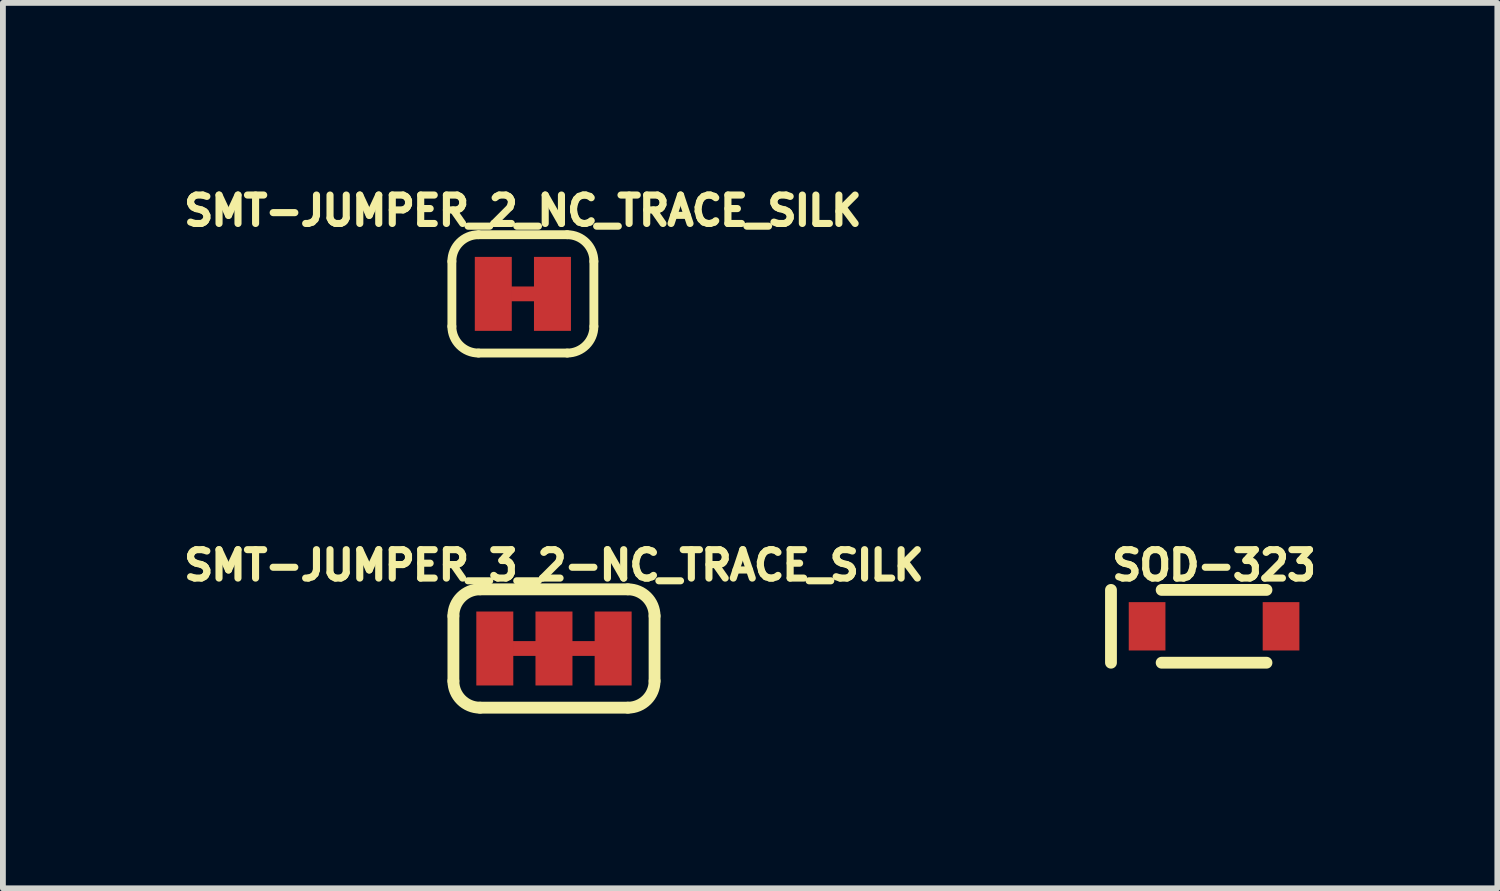
<source format=kicad_pcb>
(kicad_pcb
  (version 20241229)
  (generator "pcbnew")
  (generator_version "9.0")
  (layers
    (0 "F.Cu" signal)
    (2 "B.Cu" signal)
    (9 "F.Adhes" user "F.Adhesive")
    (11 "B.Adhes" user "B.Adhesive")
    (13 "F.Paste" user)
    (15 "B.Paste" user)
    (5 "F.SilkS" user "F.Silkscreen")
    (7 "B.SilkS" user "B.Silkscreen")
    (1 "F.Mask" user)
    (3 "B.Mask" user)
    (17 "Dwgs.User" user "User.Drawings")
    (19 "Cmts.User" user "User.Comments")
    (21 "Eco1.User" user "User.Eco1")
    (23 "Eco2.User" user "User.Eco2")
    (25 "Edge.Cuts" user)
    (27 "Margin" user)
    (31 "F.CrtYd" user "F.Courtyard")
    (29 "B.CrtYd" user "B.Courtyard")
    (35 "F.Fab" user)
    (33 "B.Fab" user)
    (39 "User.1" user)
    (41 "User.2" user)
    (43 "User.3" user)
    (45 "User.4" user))
  (footprint "SOD-323"
    (layer "F.Cu")
    (at 17.796 7.704)
    (property "Reference" "SOD-323" (at 0 -0.762 0) (layer "F.SilkS") (effects (font (size 0.488 0.488) (thickness 0.122)) (justify bottom)))
    (fp_line (start -1.77 -0.625) (end -1.77 0.625) (stroke (width 0.203) (type solid)) (layer "F.SilkS"))
    (fp_line (start -0.9 -0.625) (end 0.9 -0.625) (stroke (width 0.203) (type solid)) (layer "F.SilkS"))
    (fp_line (start -0.9 0.625) (end 0.9 0.625) (stroke (width 0.203) (type solid)) (layer "F.SilkS"))
    (pad "A" smd rect (at 1.15 0) (size 0.63 0.83) (layers "F.Cu" "F.Mask" "F.Paste"))
    (pad "C" smd rect (at -1.15 0) (size 0.63 0.83) (layers "F.Cu" "F.Mask" "F.Paste")))
  (footprint "SMT-JUMPER_2_NC_TRACE_SILK"
    (layer "F.Cu")
    (at 5.928 1.996)
    (property "Reference" "SMT-JUMPER_2_NC_TRACE_SILK" (at 0 -1.143 0) (layer "F.SilkS") (effects (font (size 0.488 0.488) (thickness 0.122)) (justify bottom)))
    (fp_poly (pts (xy -0.203 0.127) (xy 0.203 0.127) (xy 0.203 -0.127) (xy -0.203 -0.127)) (stroke (width 0) (type solid)) (fill yes) (layer "F.Cu"))
    (fp_poly (pts (xy 0.254 0.191) (xy -0.254 0.191) (xy -0.254 -0.191) (xy 0.254 -0.191)) (stroke (width 0) (type solid)) (fill yes) (layer "F.Mask"))
    (fp_line (start -1.219 0.559) (end -1.219 -0.559) (stroke (width 0.152) (type solid)) (layer "F.SilkS"))
    (fp_line (start -0.762 -1.016) (end 0.762 -1.016) (stroke (width 0.152) (type solid)) (layer "F.SilkS"))
    (fp_line (start 0.762 1.016) (end -0.762 1.016) (stroke (width 0.152) (type solid)) (layer "F.SilkS"))
    (fp_line (start 1.219 0.559) (end 1.219 -0.559) (stroke (width 0.152) (type solid)) (layer "F.SilkS"))
    (fp_arc (start -1.2192 -0.5588) (mid -1.085289 -0.882089) (end -0.762 -1.016) (stroke (width 0.1524) (type solid)) (layer "F.SilkS"))
    (fp_arc (start -0.762 1.016) (mid -1.085289 0.882089) (end -1.2192 0.5588) (stroke (width 0.1524) (type solid)) (layer "F.SilkS"))
    (fp_arc (start 0.762 -1.016) (mid 1.085289 -0.882089) (end 1.2192 -0.5588) (stroke (width 0.1524) (type solid)) (layer "F.SilkS"))
    (fp_arc (start 1.2192 0.5588) (mid 1.085289 0.882089) (end 0.762 1.016) (stroke (width 0.1524) (type solid)) (layer "F.SilkS"))
    (pad "1" smd rect (at -0.508 0) (size 0.635 1.27) (layers "F.Cu" "F.Mask"))
    (pad "2" smd rect (at 0.508 0) (size 0.635 1.27) (layers "F.Cu" "F.Mask")))
  (footprint "SMT-JUMPER_3_2-NC_TRACE_SILK"
    (layer "F.Cu")
    (at 6.462 8.085)
    (property "Reference" "SMT-JUMPER_3_2-NC_TRACE_SILK" (at 0 -1.143 0) (layer "F.SilkS") (effects (font (size 0.488 0.488) (thickness 0.122)) (justify bottom)))
    (fp_poly (pts (xy -0.711 0.127) (xy -0.305 0.127) (xy -0.305 -0.127) (xy -0.711 -0.127)) (stroke (width 0) (type solid)) (fill yes) (layer "F.Cu"))
    (fp_poly (pts (xy 0.305 0.127) (xy 0.711 0.127) (xy 0.711 -0.127) (xy 0.305 -0.127)) (stroke (width 0) (type solid)) (fill yes) (layer "F.Cu"))
    (fp_poly (pts (xy 0.762 0.191) (xy -0.762 0.191) (xy -0.762 -0.191) (xy 0.762 -0.191)) (stroke (width 0) (type solid)) (fill yes) (layer "F.Mask"))
    (fp_line (start -1.727 0.559) (end -1.727 -0.559) (stroke (width 0.203) (type solid)) (layer "F.SilkS"))
    (fp_line (start -1.27 -1.016) (end 1.27 -1.016) (stroke (width 0.203) (type solid)) (layer "F.SilkS"))
    (fp_line (start 1.27 1.016) (end -1.27 1.016) (stroke (width 0.203) (type solid)) (layer "F.SilkS"))
    (fp_line (start 1.727 0.559) (end 1.727 -0.559) (stroke (width 0.203) (type solid)) (layer "F.SilkS"))
    (fp_arc (start -1.7272 -0.5588) (mid -1.593289 -0.882089) (end -1.27 -1.016) (stroke (width 0.2032) (type solid)) (layer "F.SilkS"))
    (fp_arc (start -1.27 1.016) (mid -1.593289 0.882089) (end -1.7272 0.5588) (stroke (width 0.2032) (type solid)) (layer "F.SilkS"))
    (fp_arc (start 1.27 -1.016) (mid 1.593289 -0.882089) (end 1.7272 -0.5588) (stroke (width 0.2032) (type solid)) (layer "F.SilkS"))
    (fp_arc (start 1.7272 0.5588) (mid 1.593289 0.882089) (end 1.27 1.016) (stroke (width 0.2032) (type solid)) (layer "F.SilkS"))
    (pad "1" smd rect (at -1.016 0) (size 0.635 1.27) (layers "F.Cu" "F.Mask"))
    (pad "2" smd rect (at 0 0) (size 0.635 1.27) (layers "F.Cu" "F.Mask"))
    (pad "3" smd rect (at 1.016 0) (size 0.635 1.27) (layers "F.Cu" "F.Mask")))
  (gr_rect
    (start -3 -3)
    (end 22.66 12.203)
    (stroke (width 0.1) (type default))
    (fill no)
    (layer "Edge.Cuts")))
</source>
